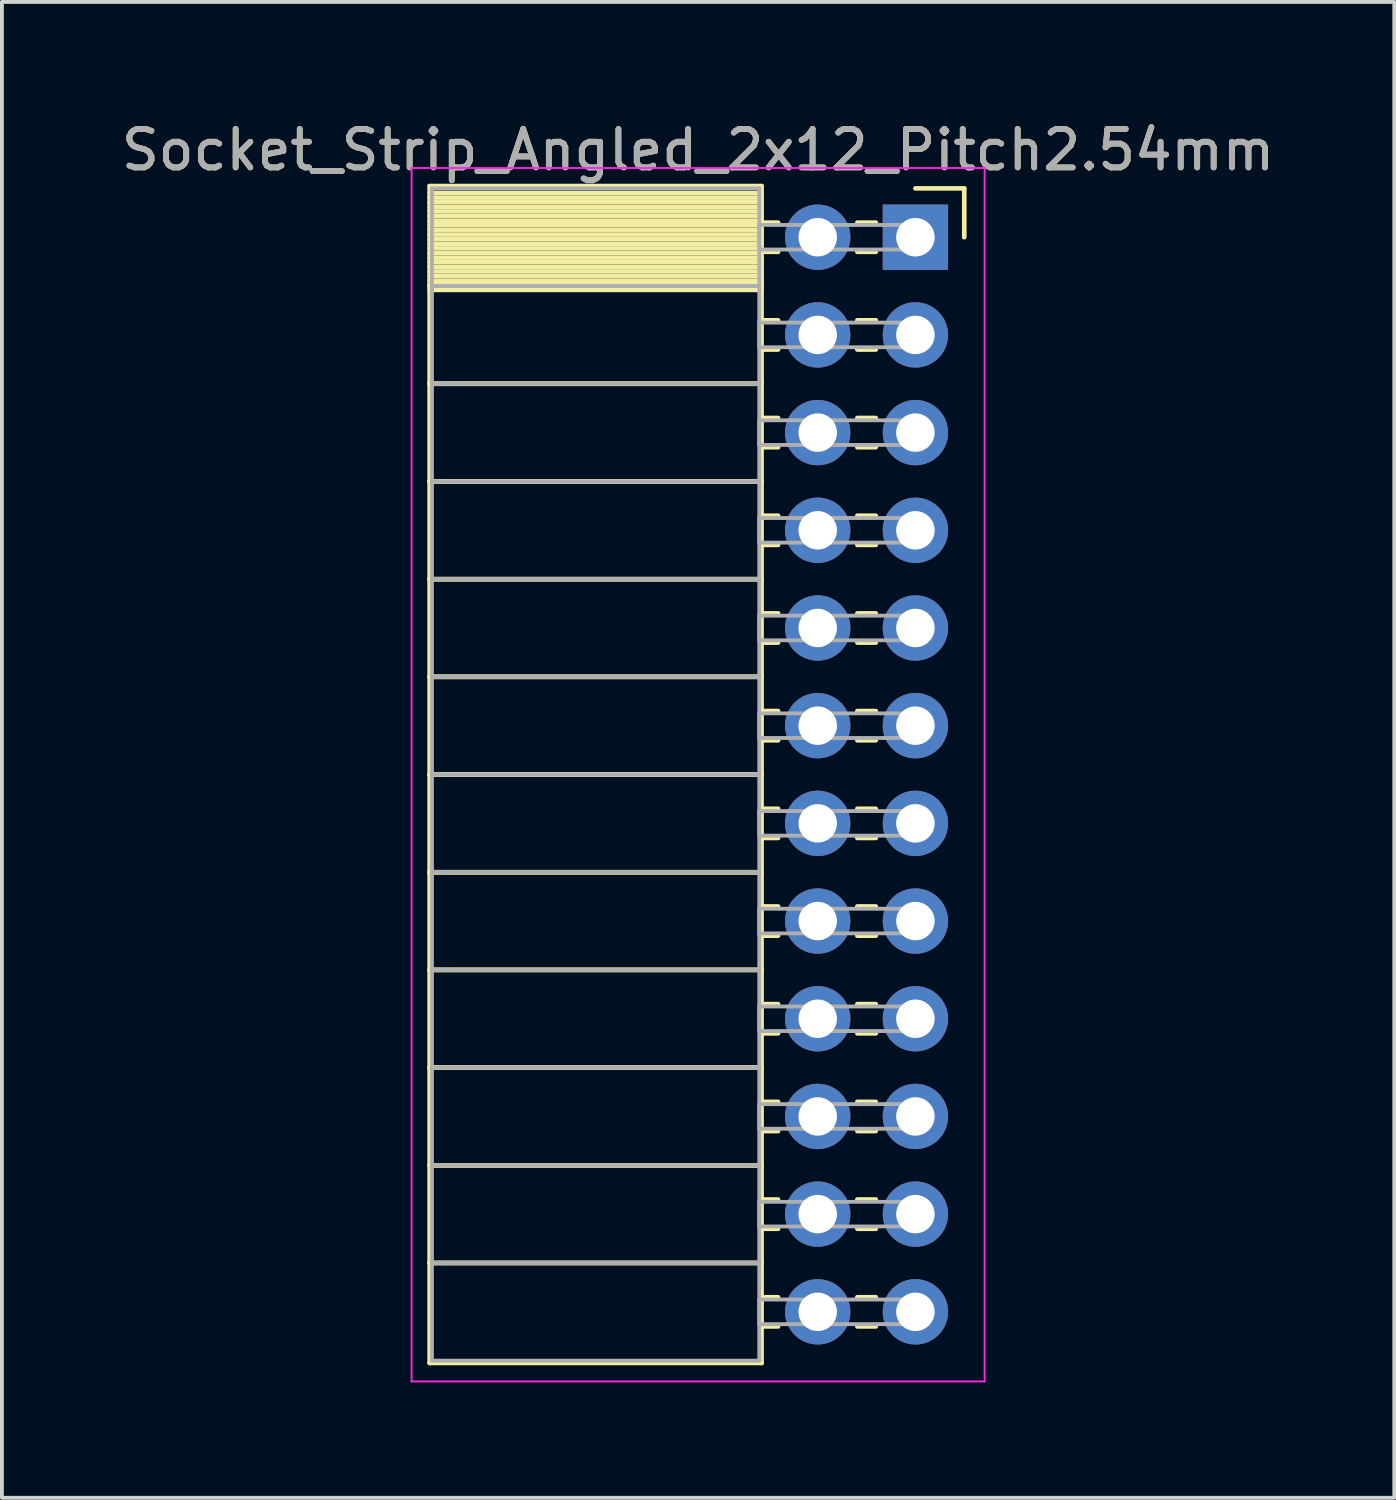
<source format=kicad_pcb>
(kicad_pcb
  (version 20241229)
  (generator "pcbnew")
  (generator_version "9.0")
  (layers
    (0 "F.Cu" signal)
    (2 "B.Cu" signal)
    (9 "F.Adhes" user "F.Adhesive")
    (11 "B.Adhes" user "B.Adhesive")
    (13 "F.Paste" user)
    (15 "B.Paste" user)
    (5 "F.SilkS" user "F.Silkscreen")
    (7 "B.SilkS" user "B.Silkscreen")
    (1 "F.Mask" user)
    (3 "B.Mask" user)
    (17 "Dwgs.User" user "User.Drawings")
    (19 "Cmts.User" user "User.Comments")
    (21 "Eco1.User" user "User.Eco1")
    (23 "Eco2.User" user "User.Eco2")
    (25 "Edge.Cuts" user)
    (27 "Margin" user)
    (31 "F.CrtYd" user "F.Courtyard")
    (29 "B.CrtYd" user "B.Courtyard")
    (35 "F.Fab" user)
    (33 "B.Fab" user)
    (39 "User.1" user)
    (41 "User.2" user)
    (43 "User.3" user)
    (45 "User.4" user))
  (footprint "Socket_Strip_Angled_2x12_Pitch2.54mm"
    (layer "F.Cu")
    (at 20.751 3.118)
    (property "Reference" "Socket_Strip_Angled_2x12_Pitch2.54mm" (at -5.65 -2.27 0) (layer "F.SilkS") (effects (font (size 1 1) (thickness 0.15))))
    (attr through_hole)
    (fp_line (start -12.63 -1.33) (end -4 -1.33) (stroke (width 0.12) (type solid)) (layer "F.SilkS"))
    (fp_line (start -12.63 1.27) (end -12.63 -1.33) (stroke (width 0.12) (type solid)) (layer "F.SilkS"))
    (fp_line (start -12.63 1.27) (end -4 1.27) (stroke (width 0.12) (type solid)) (layer "F.SilkS"))
    (fp_line (start -12.63 3.81) (end -12.63 1.27) (stroke (width 0.12) (type solid)) (layer "F.SilkS"))
    (fp_line (start -12.63 3.81) (end -4 3.81) (stroke (width 0.12) (type solid)) (layer "F.SilkS"))
    (fp_line (start -12.63 6.35) (end -12.63 3.81) (stroke (width 0.12) (type solid)) (layer "F.SilkS"))
    (fp_line (start -12.63 6.35) (end -4 6.35) (stroke (width 0.12) (type solid)) (layer "F.SilkS"))
    (fp_line (start -12.63 8.89) (end -12.63 6.35) (stroke (width 0.12) (type solid)) (layer "F.SilkS"))
    (fp_line (start -12.63 8.89) (end -4 8.89) (stroke (width 0.12) (type solid)) (layer "F.SilkS"))
    (fp_line (start -12.63 11.43) (end -12.63 8.89) (stroke (width 0.12) (type solid)) (layer "F.SilkS"))
    (fp_line (start -12.63 11.43) (end -4 11.43) (stroke (width 0.12) (type solid)) (layer "F.SilkS"))
    (fp_line (start -12.63 13.97) (end -12.63 11.43) (stroke (width 0.12) (type solid)) (layer "F.SilkS"))
    (fp_line (start -12.63 13.97) (end -4 13.97) (stroke (width 0.12) (type solid)) (layer "F.SilkS"))
    (fp_line (start -12.63 16.51) (end -12.63 13.97) (stroke (width 0.12) (type solid)) (layer "F.SilkS"))
    (fp_line (start -12.63 16.51) (end -4 16.51) (stroke (width 0.12) (type solid)) (layer "F.SilkS"))
    (fp_line (start -12.63 19.05) (end -12.63 16.51) (stroke (width 0.12) (type solid)) (layer "F.SilkS"))
    (fp_line (start -12.63 19.05) (end -4 19.05) (stroke (width 0.12) (type solid)) (layer "F.SilkS"))
    (fp_line (start -12.63 21.59) (end -12.63 19.05) (stroke (width 0.12) (type solid)) (layer "F.SilkS"))
    (fp_line (start -12.63 21.59) (end -4 21.59) (stroke (width 0.12) (type solid)) (layer "F.SilkS"))
    (fp_line (start -12.63 24.13) (end -12.63 21.59) (stroke (width 0.12) (type solid)) (layer "F.SilkS"))
    (fp_line (start -12.63 24.13) (end -4 24.13) (stroke (width 0.12) (type solid)) (layer "F.SilkS"))
    (fp_line (start -12.63 26.67) (end -12.63 24.13) (stroke (width 0.12) (type solid)) (layer "F.SilkS"))
    (fp_line (start -12.63 26.67) (end -4 26.67) (stroke (width 0.12) (type solid)) (layer "F.SilkS"))
    (fp_line (start -12.63 29.27) (end -12.63 26.67) (stroke (width 0.12) (type solid)) (layer "F.SilkS"))
    (fp_line (start -4 -1.33) (end -4 1.27) (stroke (width 0.12) (type solid)) (layer "F.SilkS"))
    (fp_line (start -4 -1.15) (end -12.63 -1.15) (stroke (width 0.12) (type solid)) (layer "F.SilkS"))
    (fp_line (start -4 -1.03) (end -12.63 -1.03) (stroke (width 0.12) (type solid)) (layer "F.SilkS"))
    (fp_line (start -4 -0.91) (end -12.63 -0.91) (stroke (width 0.12) (type solid)) (layer "F.SilkS"))
    (fp_line (start -4 -0.79) (end -12.63 -0.79) (stroke (width 0.12) (type solid)) (layer "F.SilkS"))
    (fp_line (start -4 -0.67) (end -12.63 -0.67) (stroke (width 0.12) (type solid)) (layer "F.SilkS"))
    (fp_line (start -4 -0.55) (end -12.63 -0.55) (stroke (width 0.12) (type solid)) (layer "F.SilkS"))
    (fp_line (start -4 -0.43) (end -12.63 -0.43) (stroke (width 0.12) (type solid)) (layer "F.SilkS"))
    (fp_line (start -4 -0.31) (end -12.63 -0.31) (stroke (width 0.12) (type solid)) (layer "F.SilkS"))
    (fp_line (start -4 -0.19) (end -12.63 -0.19) (stroke (width 0.12) (type solid)) (layer "F.SilkS"))
    (fp_line (start -4 -0.07) (end -12.63 -0.07) (stroke (width 0.12) (type solid)) (layer "F.SilkS"))
    (fp_line (start -4 0.05) (end -12.63 0.05) (stroke (width 0.12) (type solid)) (layer "F.SilkS"))
    (fp_line (start -4 0.17) (end -12.63 0.17) (stroke (width 0.12) (type solid)) (layer "F.SilkS"))
    (fp_line (start -4 0.29) (end -12.63 0.29) (stroke (width 0.12) (type solid)) (layer "F.SilkS"))
    (fp_line (start -4 0.41) (end -12.63 0.41) (stroke (width 0.12) (type solid)) (layer "F.SilkS"))
    (fp_line (start -4 0.53) (end -12.63 0.53) (stroke (width 0.12) (type solid)) (layer "F.SilkS"))
    (fp_line (start -4 0.65) (end -12.63 0.65) (stroke (width 0.12) (type solid)) (layer "F.SilkS"))
    (fp_line (start -4 0.77) (end -12.63 0.77) (stroke (width 0.12) (type solid)) (layer "F.SilkS"))
    (fp_line (start -4 0.89) (end -12.63 0.89) (stroke (width 0.12) (type solid)) (layer "F.SilkS"))
    (fp_line (start -4 1.01) (end -12.63 1.01) (stroke (width 0.12) (type solid)) (layer "F.SilkS"))
    (fp_line (start -4 1.13) (end -12.63 1.13) (stroke (width 0.12) (type solid)) (layer "F.SilkS"))
    (fp_line (start -4 1.25) (end -12.63 1.25) (stroke (width 0.12) (type solid)) (layer "F.SilkS"))
    (fp_line (start -4 1.27) (end -12.63 1.27) (stroke (width 0.12) (type solid)) (layer "F.SilkS"))
    (fp_line (start -4 1.27) (end -4 3.81) (stroke (width 0.12) (type solid)) (layer "F.SilkS"))
    (fp_line (start -4 1.37) (end -12.63 1.37) (stroke (width 0.12) (type solid)) (layer "F.SilkS"))
    (fp_line (start -4 3.81) (end -12.63 3.81) (stroke (width 0.12) (type solid)) (layer "F.SilkS"))
    (fp_line (start -4 3.81) (end -4 6.35) (stroke (width 0.12) (type solid)) (layer "F.SilkS"))
    (fp_line (start -4 6.35) (end -12.63 6.35) (stroke (width 0.12) (type solid)) (layer "F.SilkS"))
    (fp_line (start -4 6.35) (end -4 8.89) (stroke (width 0.12) (type solid)) (layer "F.SilkS"))
    (fp_line (start -4 8.89) (end -12.63 8.89) (stroke (width 0.12) (type solid)) (layer "F.SilkS"))
    (fp_line (start -4 8.89) (end -4 11.43) (stroke (width 0.12) (type solid)) (layer "F.SilkS"))
    (fp_line (start -4 11.43) (end -12.63 11.43) (stroke (width 0.12) (type solid)) (layer "F.SilkS"))
    (fp_line (start -4 11.43) (end -4 13.97) (stroke (width 0.12) (type solid)) (layer "F.SilkS"))
    (fp_line (start -4 13.97) (end -12.63 13.97) (stroke (width 0.12) (type solid)) (layer "F.SilkS"))
    (fp_line (start -4 13.97) (end -4 16.51) (stroke (width 0.12) (type solid)) (layer "F.SilkS"))
    (fp_line (start -4 16.51) (end -12.63 16.51) (stroke (width 0.12) (type solid)) (layer "F.SilkS"))
    (fp_line (start -4 16.51) (end -4 19.05) (stroke (width 0.12) (type solid)) (layer "F.SilkS"))
    (fp_line (start -4 19.05) (end -12.63 19.05) (stroke (width 0.12) (type solid)) (layer "F.SilkS"))
    (fp_line (start -4 19.05) (end -4 21.59) (stroke (width 0.12) (type solid)) (layer "F.SilkS"))
    (fp_line (start -4 21.59) (end -12.63 21.59) (stroke (width 0.12) (type solid)) (layer "F.SilkS"))
    (fp_line (start -4 21.59) (end -4 24.13) (stroke (width 0.12) (type solid)) (layer "F.SilkS"))
    (fp_line (start -4 24.13) (end -12.63 24.13) (stroke (width 0.12) (type solid)) (layer "F.SilkS"))
    (fp_line (start -4 24.13) (end -4 26.67) (stroke (width 0.12) (type solid)) (layer "F.SilkS"))
    (fp_line (start -4 26.67) (end -12.63 26.67) (stroke (width 0.12) (type solid)) (layer "F.SilkS"))
    (fp_line (start -4 26.67) (end -4 29.27) (stroke (width 0.12) (type solid)) (layer "F.SilkS"))
    (fp_line (start -4 29.27) (end -12.63 29.27) (stroke (width 0.12) (type solid)) (layer "F.SilkS"))
    (fp_line (start -3.57 -0.38) (end -4 -0.38) (stroke (width 0.12) (type solid)) (layer "F.SilkS"))
    (fp_line (start -3.57 0.38) (end -4 0.38) (stroke (width 0.12) (type solid)) (layer "F.SilkS"))
    (fp_line (start -3.57 2.16) (end -4 2.16) (stroke (width 0.12) (type solid)) (layer "F.SilkS"))
    (fp_line (start -3.57 2.92) (end -4 2.92) (stroke (width 0.12) (type solid)) (layer "F.SilkS"))
    (fp_line (start -3.57 4.7) (end -4 4.7) (stroke (width 0.12) (type solid)) (layer "F.SilkS"))
    (fp_line (start -3.57 5.46) (end -4 5.46) (stroke (width 0.12) (type solid)) (layer "F.SilkS"))
    (fp_line (start -3.57 7.24) (end -4 7.24) (stroke (width 0.12) (type solid)) (layer "F.SilkS"))
    (fp_line (start -3.57 8) (end -4 8) (stroke (width 0.12) (type solid)) (layer "F.SilkS"))
    (fp_line (start -3.57 9.78) (end -4 9.78) (stroke (width 0.12) (type solid)) (layer "F.SilkS"))
    (fp_line (start -3.57 10.54) (end -4 10.54) (stroke (width 0.12) (type solid)) (layer "F.SilkS"))
    (fp_line (start -3.57 12.32) (end -4 12.32) (stroke (width 0.12) (type solid)) (layer "F.SilkS"))
    (fp_line (start -3.57 13.08) (end -4 13.08) (stroke (width 0.12) (type solid)) (layer "F.SilkS"))
    (fp_line (start -3.57 14.86) (end -4 14.86) (stroke (width 0.12) (type solid)) (layer "F.SilkS"))
    (fp_line (start -3.57 15.62) (end -4 15.62) (stroke (width 0.12) (type solid)) (layer "F.SilkS"))
    (fp_line (start -3.57 17.4) (end -4 17.4) (stroke (width 0.12) (type solid)) (layer "F.SilkS"))
    (fp_line (start -3.57 18.16) (end -4 18.16) (stroke (width 0.12) (type solid)) (layer "F.SilkS"))
    (fp_line (start -3.57 19.94) (end -4 19.94) (stroke (width 0.12) (type solid)) (layer "F.SilkS"))
    (fp_line (start -3.57 20.7) (end -4 20.7) (stroke (width 0.12) (type solid)) (layer "F.SilkS"))
    (fp_line (start -3.57 22.48) (end -4 22.48) (stroke (width 0.12) (type solid)) (layer "F.SilkS"))
    (fp_line (start -3.57 23.24) (end -4 23.24) (stroke (width 0.12) (type solid)) (layer "F.SilkS"))
    (fp_line (start -3.57 25.02) (end -4 25.02) (stroke (width 0.12) (type solid)) (layer "F.SilkS"))
    (fp_line (start -3.57 25.78) (end -4 25.78) (stroke (width 0.12) (type solid)) (layer "F.SilkS"))
    (fp_line (start -3.57 27.56) (end -4 27.56) (stroke (width 0.12) (type solid)) (layer "F.SilkS"))
    (fp_line (start -3.57 28.32) (end -4 28.32) (stroke (width 0.12) (type solid)) (layer "F.SilkS"))
    (fp_line (start -1.03 -0.38) (end -1.51 -0.38) (stroke (width 0.12) (type solid)) (layer "F.SilkS"))
    (fp_line (start -1.03 0.38) (end -1.51 0.38) (stroke (width 0.12) (type solid)) (layer "F.SilkS"))
    (fp_line (start -1.03 2.16) (end -1.51 2.16) (stroke (width 0.12) (type solid)) (layer "F.SilkS"))
    (fp_line (start -1.03 2.92) (end -1.51 2.92) (stroke (width 0.12) (type solid)) (layer "F.SilkS"))
    (fp_line (start -1.03 4.7) (end -1.51 4.7) (stroke (width 0.12) (type solid)) (layer "F.SilkS"))
    (fp_line (start -1.03 5.46) (end -1.51 5.46) (stroke (width 0.12) (type solid)) (layer "F.SilkS"))
    (fp_line (start -1.03 7.24) (end -1.51 7.24) (stroke (width 0.12) (type solid)) (layer "F.SilkS"))
    (fp_line (start -1.03 8) (end -1.51 8) (stroke (width 0.12) (type solid)) (layer "F.SilkS"))
    (fp_line (start -1.03 9.78) (end -1.51 9.78) (stroke (width 0.12) (type solid)) (layer "F.SilkS"))
    (fp_line (start -1.03 10.54) (end -1.51 10.54) (stroke (width 0.12) (type solid)) (layer "F.SilkS"))
    (fp_line (start -1.03 12.32) (end -1.51 12.32) (stroke (width 0.12) (type solid)) (layer "F.SilkS"))
    (fp_line (start -1.03 13.08) (end -1.51 13.08) (stroke (width 0.12) (type solid)) (layer "F.SilkS"))
    (fp_line (start -1.03 14.86) (end -1.51 14.86) (stroke (width 0.12) (type solid)) (layer "F.SilkS"))
    (fp_line (start -1.03 15.62) (end -1.51 15.62) (stroke (width 0.12) (type solid)) (layer "F.SilkS"))
    (fp_line (start -1.03 17.4) (end -1.51 17.4) (stroke (width 0.12) (type solid)) (layer "F.SilkS"))
    (fp_line (start -1.03 18.16) (end -1.51 18.16) (stroke (width 0.12) (type solid)) (layer "F.SilkS"))
    (fp_line (start -1.03 19.94) (end -1.51 19.94) (stroke (width 0.12) (type solid)) (layer "F.SilkS"))
    (fp_line (start -1.03 20.7) (end -1.51 20.7) (stroke (width 0.12) (type solid)) (layer "F.SilkS"))
    (fp_line (start -1.03 22.48) (end -1.51 22.48) (stroke (width 0.12) (type solid)) (layer "F.SilkS"))
    (fp_line (start -1.03 23.24) (end -1.51 23.24) (stroke (width 0.12) (type solid)) (layer "F.SilkS"))
    (fp_line (start -1.03 25.02) (end -1.51 25.02) (stroke (width 0.12) (type solid)) (layer "F.SilkS"))
    (fp_line (start -1.03 25.78) (end -1.51 25.78) (stroke (width 0.12) (type solid)) (layer "F.SilkS"))
    (fp_line (start -1.03 27.56) (end -1.51 27.56) (stroke (width 0.12) (type solid)) (layer "F.SilkS"))
    (fp_line (start -1.03 28.32) (end -1.51 28.32) (stroke (width 0.12) (type solid)) (layer "F.SilkS"))
    (fp_line (start 0 -1.27) (end 1.27 -1.27) (stroke (width 0.12) (type solid)) (layer "F.SilkS"))
    (fp_line (start 1.27 -1.27) (end 1.27 0) (stroke (width 0.12) (type solid)) (layer "F.SilkS"))
    (fp_line (start -13.1 -1.8) (end 1.8 -1.8) (stroke (width 0.05) (type solid)) (layer "F.CrtYd"))
    (fp_line (start -13.1 29.75) (end -13.1 -1.8) (stroke (width 0.05) (type solid)) (layer "F.CrtYd"))
    (fp_line (start 1.8 -1.8) (end 1.8 29.75) (stroke (width 0.05) (type solid)) (layer "F.CrtYd"))
    (fp_line (start 1.8 29.75) (end -13.1 29.75) (stroke (width 0.05) (type solid)) (layer "F.CrtYd"))
    (fp_line (start -12.57 -1.27) (end -4.06 -1.27) (stroke (width 0.1) (type solid)) (layer "F.Fab"))
    (fp_line (start -12.57 1.27) (end -12.57 -1.27) (stroke (width 0.1) (type solid)) (layer "F.Fab"))
    (fp_line (start -12.57 1.27) (end -4.06 1.27) (stroke (width 0.1) (type solid)) (layer "F.Fab"))
    (fp_line (start -12.57 3.81) (end -12.57 1.27) (stroke (width 0.1) (type solid)) (layer "F.Fab"))
    (fp_line (start -12.57 3.81) (end -4.06 3.81) (stroke (width 0.1) (type solid)) (layer "F.Fab"))
    (fp_line (start -12.57 6.35) (end -12.57 3.81) (stroke (width 0.1) (type solid)) (layer "F.Fab"))
    (fp_line (start -12.57 6.35) (end -4.06 6.35) (stroke (width 0.1) (type solid)) (layer "F.Fab"))
    (fp_line (start -12.57 8.89) (end -12.57 6.35) (stroke (width 0.1) (type solid)) (layer "F.Fab"))
    (fp_line (start -12.57 8.89) (end -4.06 8.89) (stroke (width 0.1) (type solid)) (layer "F.Fab"))
    (fp_line (start -12.57 11.43) (end -12.57 8.89) (stroke (width 0.1) (type solid)) (layer "F.Fab"))
    (fp_line (start -12.57 11.43) (end -4.06 11.43) (stroke (width 0.1) (type solid)) (layer "F.Fab"))
    (fp_line (start -12.57 13.97) (end -12.57 11.43) (stroke (width 0.1) (type solid)) (layer "F.Fab"))
    (fp_line (start -12.57 13.97) (end -4.06 13.97) (stroke (width 0.1) (type solid)) (layer "F.Fab"))
    (fp_line (start -12.57 16.51) (end -12.57 13.97) (stroke (width 0.1) (type solid)) (layer "F.Fab"))
    (fp_line (start -12.57 16.51) (end -4.06 16.51) (stroke (width 0.1) (type solid)) (layer "F.Fab"))
    (fp_line (start -12.57 19.05) (end -12.57 16.51) (stroke (width 0.1) (type solid)) (layer "F.Fab"))
    (fp_line (start -12.57 19.05) (end -4.06 19.05) (stroke (width 0.1) (type solid)) (layer "F.Fab"))
    (fp_line (start -12.57 21.59) (end -12.57 19.05) (stroke (width 0.1) (type solid)) (layer "F.Fab"))
    (fp_line (start -12.57 21.59) (end -4.06 21.59) (stroke (width 0.1) (type solid)) (layer "F.Fab"))
    (fp_line (start -12.57 24.13) (end -12.57 21.59) (stroke (width 0.1) (type solid)) (layer "F.Fab"))
    (fp_line (start -12.57 24.13) (end -4.06 24.13) (stroke (width 0.1) (type solid)) (layer "F.Fab"))
    (fp_line (start -12.57 26.67) (end -12.57 24.13) (stroke (width 0.1) (type solid)) (layer "F.Fab"))
    (fp_line (start -12.57 26.67) (end -4.06 26.67) (stroke (width 0.1) (type solid)) (layer "F.Fab"))
    (fp_line (start -12.57 29.21) (end -12.57 26.67) (stroke (width 0.1) (type solid)) (layer "F.Fab"))
    (fp_line (start -4.06 -1.27) (end -4.06 1.27) (stroke (width 0.1) (type solid)) (layer "F.Fab"))
    (fp_line (start -4.06 -0.32) (end 0 -0.32) (stroke (width 0.1) (type solid)) (layer "F.Fab"))
    (fp_line (start -4.06 0.32) (end -4.06 -0.32) (stroke (width 0.1) (type solid)) (layer "F.Fab"))
    (fp_line (start -4.06 1.27) (end -12.57 1.27) (stroke (width 0.1) (type solid)) (layer "F.Fab"))
    (fp_line (start -4.06 1.27) (end -4.06 3.81) (stroke (width 0.1) (type solid)) (layer "F.Fab"))
    (fp_line (start -4.06 2.22) (end 0 2.22) (stroke (width 0.1) (type solid)) (layer "F.Fab"))
    (fp_line (start -4.06 2.86) (end -4.06 2.22) (stroke (width 0.1) (type solid)) (layer "F.Fab"))
    (fp_line (start -4.06 3.81) (end -12.57 3.81) (stroke (width 0.1) (type solid)) (layer "F.Fab"))
    (fp_line (start -4.06 3.81) (end -4.06 6.35) (stroke (width 0.1) (type solid)) (layer "F.Fab"))
    (fp_line (start -4.06 4.76) (end 0 4.76) (stroke (width 0.1) (type solid)) (layer "F.Fab"))
    (fp_line (start -4.06 5.4) (end -4.06 4.76) (stroke (width 0.1) (type solid)) (layer "F.Fab"))
    (fp_line (start -4.06 6.35) (end -12.57 6.35) (stroke (width 0.1) (type solid)) (layer "F.Fab"))
    (fp_line (start -4.06 6.35) (end -4.06 8.89) (stroke (width 0.1) (type solid)) (layer "F.Fab"))
    (fp_line (start -4.06 7.3) (end 0 7.3) (stroke (width 0.1) (type solid)) (layer "F.Fab"))
    (fp_line (start -4.06 7.94) (end -4.06 7.3) (stroke (width 0.1) (type solid)) (layer "F.Fab"))
    (fp_line (start -4.06 8.89) (end -12.57 8.89) (stroke (width 0.1) (type solid)) (layer "F.Fab"))
    (fp_line (start -4.06 8.89) (end -4.06 11.43) (stroke (width 0.1) (type solid)) (layer "F.Fab"))
    (fp_line (start -4.06 9.84) (end 0 9.84) (stroke (width 0.1) (type solid)) (layer "F.Fab"))
    (fp_line (start -4.06 10.48) (end -4.06 9.84) (stroke (width 0.1) (type solid)) (layer "F.Fab"))
    (fp_line (start -4.06 11.43) (end -12.57 11.43) (stroke (width 0.1) (type solid)) (layer "F.Fab"))
    (fp_line (start -4.06 11.43) (end -4.06 13.97) (stroke (width 0.1) (type solid)) (layer "F.Fab"))
    (fp_line (start -4.06 12.38) (end 0 12.38) (stroke (width 0.1) (type solid)) (layer "F.Fab"))
    (fp_line (start -4.06 13.02) (end -4.06 12.38) (stroke (width 0.1) (type solid)) (layer "F.Fab"))
    (fp_line (start -4.06 13.97) (end -12.57 13.97) (stroke (width 0.1) (type solid)) (layer "F.Fab"))
    (fp_line (start -4.06 13.97) (end -4.06 16.51) (stroke (width 0.1) (type solid)) (layer "F.Fab"))
    (fp_line (start -4.06 14.92) (end 0 14.92) (stroke (width 0.1) (type solid)) (layer "F.Fab"))
    (fp_line (start -4.06 15.56) (end -4.06 14.92) (stroke (width 0.1) (type solid)) (layer "F.Fab"))
    (fp_line (start -4.06 16.51) (end -12.57 16.51) (stroke (width 0.1) (type solid)) (layer "F.Fab"))
    (fp_line (start -4.06 16.51) (end -4.06 19.05) (stroke (width 0.1) (type solid)) (layer "F.Fab"))
    (fp_line (start -4.06 17.46) (end 0 17.46) (stroke (width 0.1) (type solid)) (layer "F.Fab"))
    (fp_line (start -4.06 18.1) (end -4.06 17.46) (stroke (width 0.1) (type solid)) (layer "F.Fab"))
    (fp_line (start -4.06 19.05) (end -12.57 19.05) (stroke (width 0.1) (type solid)) (layer "F.Fab"))
    (fp_line (start -4.06 19.05) (end -4.06 21.59) (stroke (width 0.1) (type solid)) (layer "F.Fab"))
    (fp_line (start -4.06 20) (end 0 20) (stroke (width 0.1) (type solid)) (layer "F.Fab"))
    (fp_line (start -4.06 20.64) (end -4.06 20) (stroke (width 0.1) (type solid)) (layer "F.Fab"))
    (fp_line (start -4.06 21.59) (end -12.57 21.59) (stroke (width 0.1) (type solid)) (layer "F.Fab"))
    (fp_line (start -4.06 21.59) (end -4.06 24.13) (stroke (width 0.1) (type solid)) (layer "F.Fab"))
    (fp_line (start -4.06 22.54) (end 0 22.54) (stroke (width 0.1) (type solid)) (layer "F.Fab"))
    (fp_line (start -4.06 23.18) (end -4.06 22.54) (stroke (width 0.1) (type solid)) (layer "F.Fab"))
    (fp_line (start -4.06 24.13) (end -12.57 24.13) (stroke (width 0.1) (type solid)) (layer "F.Fab"))
    (fp_line (start -4.06 24.13) (end -4.06 26.67) (stroke (width 0.1) (type solid)) (layer "F.Fab"))
    (fp_line (start -4.06 25.08) (end 0 25.08) (stroke (width 0.1) (type solid)) (layer "F.Fab"))
    (fp_line (start -4.06 25.72) (end -4.06 25.08) (stroke (width 0.1) (type solid)) (layer "F.Fab"))
    (fp_line (start -4.06 26.67) (end -12.57 26.67) (stroke (width 0.1) (type solid)) (layer "F.Fab"))
    (fp_line (start -4.06 26.67) (end -4.06 29.21) (stroke (width 0.1) (type solid)) (layer "F.Fab"))
    (fp_line (start -4.06 27.62) (end 0 27.62) (stroke (width 0.1) (type solid)) (layer "F.Fab"))
    (fp_line (start -4.06 28.26) (end -4.06 27.62) (stroke (width 0.1) (type solid)) (layer "F.Fab"))
    (fp_line (start -4.06 29.21) (end -12.57 29.21) (stroke (width 0.1) (type solid)) (layer "F.Fab"))
    (fp_line (start 0 -0.32) (end 0 0.32) (stroke (width 0.1) (type solid)) (layer "F.Fab"))
    (fp_line (start 0 0.32) (end -4.06 0.32) (stroke (width 0.1) (type solid)) (layer "F.Fab"))
    (fp_line (start 0 2.22) (end 0 2.86) (stroke (width 0.1) (type solid)) (layer "F.Fab"))
    (fp_line (start 0 2.86) (end -4.06 2.86) (stroke (width 0.1) (type solid)) (layer "F.Fab"))
    (fp_line (start 0 4.76) (end 0 5.4) (stroke (width 0.1) (type solid)) (layer "F.Fab"))
    (fp_line (start 0 5.4) (end -4.06 5.4) (stroke (width 0.1) (type solid)) (layer "F.Fab"))
    (fp_line (start 0 7.3) (end 0 7.94) (stroke (width 0.1) (type solid)) (layer "F.Fab"))
    (fp_line (start 0 7.94) (end -4.06 7.94) (stroke (width 0.1) (type solid)) (layer "F.Fab"))
    (fp_line (start 0 9.84) (end 0 10.48) (stroke (width 0.1) (type solid)) (layer "F.Fab"))
    (fp_line (start 0 10.48) (end -4.06 10.48) (stroke (width 0.1) (type solid)) (layer "F.Fab"))
    (fp_line (start 0 12.38) (end 0 13.02) (stroke (width 0.1) (type solid)) (layer "F.Fab"))
    (fp_line (start 0 13.02) (end -4.06 13.02) (stroke (width 0.1) (type solid)) (layer "F.Fab"))
    (fp_line (start 0 14.92) (end 0 15.56) (stroke (width 0.1) (type solid)) (layer "F.Fab"))
    (fp_line (start 0 15.56) (end -4.06 15.56) (stroke (width 0.1) (type solid)) (layer "F.Fab"))
    (fp_line (start 0 17.46) (end 0 18.1) (stroke (width 0.1) (type solid)) (layer "F.Fab"))
    (fp_line (start 0 18.1) (end -4.06 18.1) (stroke (width 0.1) (type solid)) (layer "F.Fab"))
    (fp_line (start 0 20) (end 0 20.64) (stroke (width 0.1) (type solid)) (layer "F.Fab"))
    (fp_line (start 0 20.64) (end -4.06 20.64) (stroke (width 0.1) (type solid)) (layer "F.Fab"))
    (fp_line (start 0 22.54) (end 0 23.18) (stroke (width 0.1) (type solid)) (layer "F.Fab"))
    (fp_line (start 0 23.18) (end -4.06 23.18) (stroke (width 0.1) (type solid)) (layer "F.Fab"))
    (fp_line (start 0 25.08) (end 0 25.72) (stroke (width 0.1) (type solid)) (layer "F.Fab"))
    (fp_line (start 0 25.72) (end -4.06 25.72) (stroke (width 0.1) (type solid)) (layer "F.Fab"))
    (fp_line (start 0 27.62) (end 0 28.26) (stroke (width 0.1) (type solid)) (layer "F.Fab"))
    (fp_line (start 0 28.26) (end -4.06 28.26) (stroke (width 0.1) (type solid)) (layer "F.Fab"))
    (fp_text user "${REFERENCE}" (at -5.65 -2.27 0) (layer "F.Fab") (effects (font (size 1 1) (thickness 0.15))))
    (pad "1" thru_hole rect (at 0 0) (size 1.7 1.7) (drill 1) (layers "*.Cu" "*.Mask"))
    (pad "2" thru_hole oval (at -2.54 0) (size 1.7 1.7) (drill 1) (layers "*.Cu" "*.Mask"))
    (pad "3" thru_hole oval (at 0 2.54) (size 1.7 1.7) (drill 1) (layers "*.Cu" "*.Mask"))
    (pad "4" thru_hole oval (at -2.54 2.54) (size 1.7 1.7) (drill 1) (layers "*.Cu" "*.Mask"))
    (pad "5" thru_hole oval (at 0 5.08) (size 1.7 1.7) (drill 1) (layers "*.Cu" "*.Mask"))
    (pad "6" thru_hole oval (at -2.54 5.08) (size 1.7 1.7) (drill 1) (layers "*.Cu" "*.Mask"))
    (pad "7" thru_hole oval (at 0 7.62) (size 1.7 1.7) (drill 1) (layers "*.Cu" "*.Mask"))
    (pad "8" thru_hole oval (at -2.54 7.62) (size 1.7 1.7) (drill 1) (layers "*.Cu" "*.Mask"))
    (pad "9" thru_hole oval (at 0 10.16) (size 1.7 1.7) (drill 1) (layers "*.Cu" "*.Mask"))
    (pad "10" thru_hole oval (at -2.54 10.16) (size 1.7 1.7) (drill 1) (layers "*.Cu" "*.Mask"))
    (pad "11" thru_hole oval (at 0 12.7) (size 1.7 1.7) (drill 1) (layers "*.Cu" "*.Mask"))
    (pad "12" thru_hole oval (at -2.54 12.7) (size 1.7 1.7) (drill 1) (layers "*.Cu" "*.Mask"))
    (pad "13" thru_hole oval (at 0 15.24) (size 1.7 1.7) (drill 1) (layers "*.Cu" "*.Mask"))
    (pad "14" thru_hole oval (at -2.54 15.24) (size 1.7 1.7) (drill 1) (layers "*.Cu" "*.Mask"))
    (pad "15" thru_hole oval (at 0 17.78) (size 1.7 1.7) (drill 1) (layers "*.Cu" "*.Mask"))
    (pad "16" thru_hole oval (at -2.54 17.78) (size 1.7 1.7) (drill 1) (layers "*.Cu" "*.Mask"))
    (pad "17" thru_hole oval (at 0 20.32) (size 1.7 1.7) (drill 1) (layers "*.Cu" "*.Mask"))
    (pad "18" thru_hole oval (at -2.54 20.32) (size 1.7 1.7) (drill 1) (layers "*.Cu" "*.Mask"))
    (pad "19" thru_hole oval (at 0 22.86) (size 1.7 1.7) (drill 1) (layers "*.Cu" "*.Mask"))
    (pad "20" thru_hole oval (at -2.54 22.86) (size 1.7 1.7) (drill 1) (layers "*.Cu" "*.Mask"))
    (pad "21" thru_hole oval (at 0 25.4) (size 1.7 1.7) (drill 1) (layers "*.Cu" "*.Mask"))
    (pad "22" thru_hole oval (at -2.54 25.4) (size 1.7 1.7) (drill 1) (layers "*.Cu" "*.Mask"))
    (pad "23" thru_hole oval (at 0 27.94) (size 1.7 1.7) (drill 1) (layers "*.Cu" "*.Mask"))
    (pad "24" thru_hole oval (at -2.54 27.94) (size 1.7 1.7) (drill 1) (layers "*.Cu" "*.Mask")))
  (gr_rect
    (start -3 -3)
    (end 33.202 35.893)
    (stroke (width 0.1) (type default))
    (fill no)
    (layer "Edge.Cuts")))
</source>
